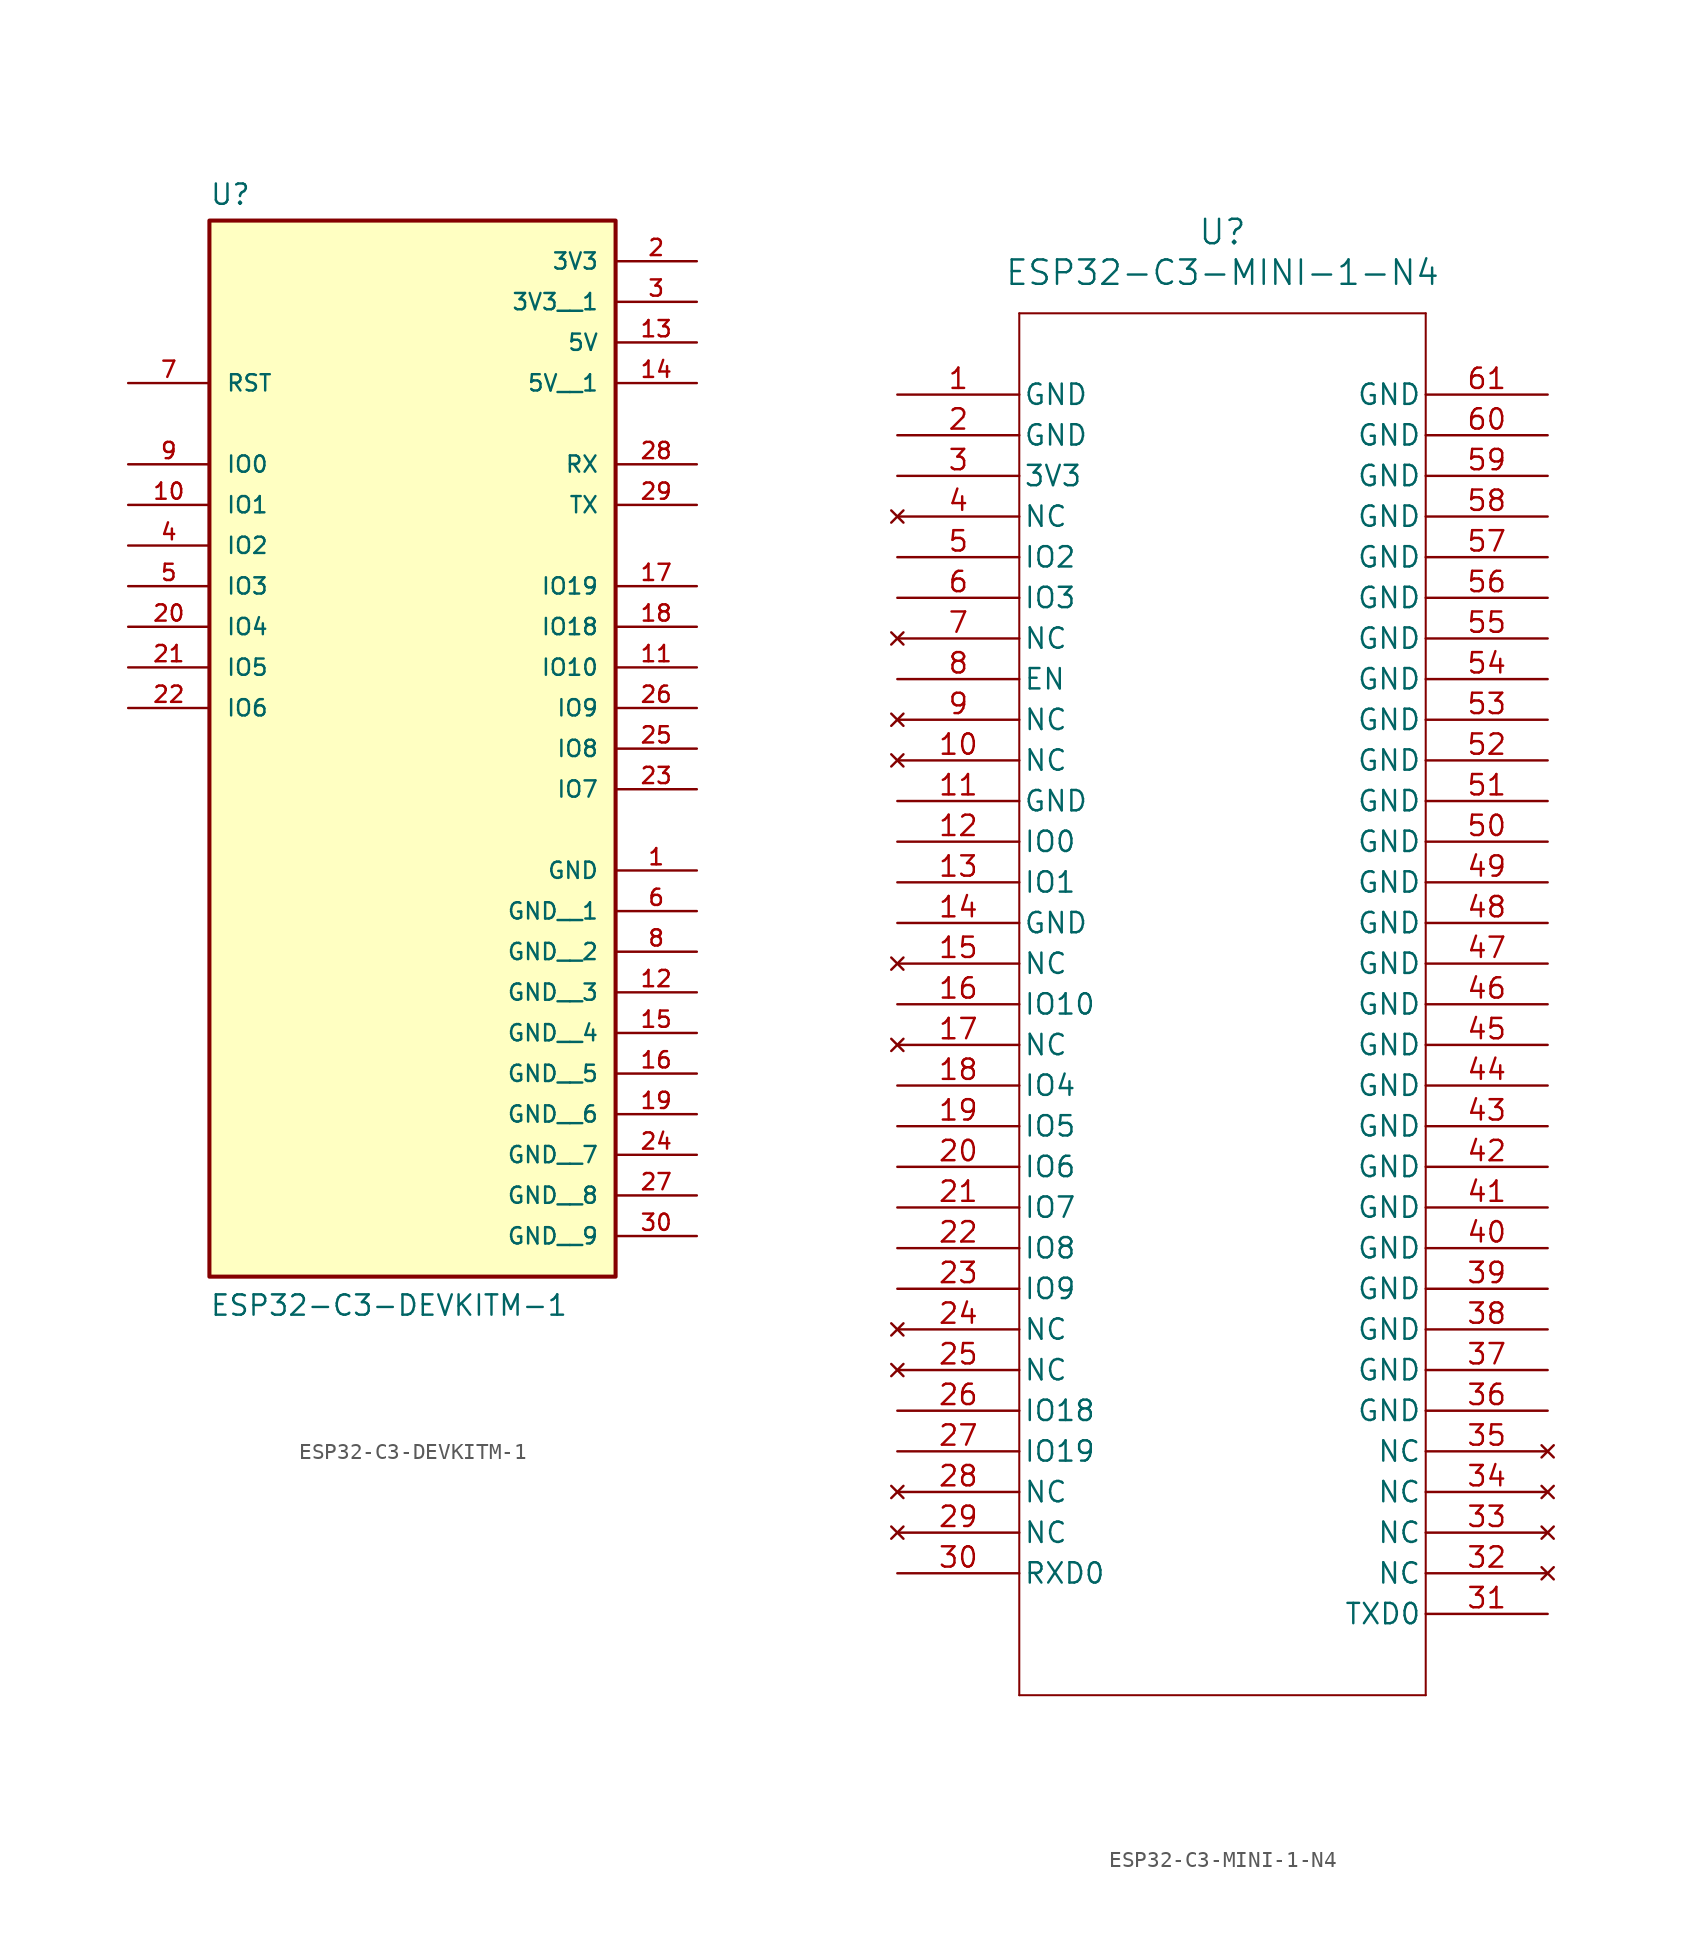
<source format=kicad_sym>
(kicad_symbol_lib
  (version 20220914)
  (generator kicad_symbol_editor)
  (symbol "ESP32-C3-DEVKITM-1"
    (pin_names
      (offset 1.016))
    (property "Reference" "U"
      (at -12.7 18.669 0)
      (effects (font (size 1.27 1.27)) (justify left bottom)))
    (property "Value" "ESP32-C3-DEVKITM-1"
      (at -12.7 -50.8 0)
      (effects (font (size 1.27 1.27)) (justify left bottom)))
    (symbol "ESP32-C3-DEVKITM-1_0_0"
      (rectangle (start -12.7 -48.26) (end 12.7 17.78) (stroke (width 0.254) (type default)) (fill (type background)))
      (pin power_in line (at 17.78 -22.86 180) (length 5.08) (name "GND" (effects (font (size 1.016 1.016)))) (number "1" (effects (font (size 1.016 1.016)))))
      (pin bidirectional line (at -17.78 0 0) (length 5.08) (name "IO1" (effects (font (size 1.016 1.016)))) (number "10" (effects (font (size 1.016 1.016)))))
      (pin bidirectional line (at 17.78 -10.16 180) (length 5.08) (name "IO10" (effects (font (size 1.016 1.016)))) (number "11" (effects (font (size 1.016 1.016)))))
      (pin power_in line (at 17.78 -30.48 180) (length 5.08) (name "GND__3" (effects (font (size 1.016 1.016)))) (number "12" (effects (font (size 1.016 1.016)))))
      (pin power_in line (at 17.78 10.16 180) (length 5.08) (name "5V" (effects (font (size 1.016 1.016)))) (number "13" (effects (font (size 1.016 1.016)))))
      (pin power_in line (at 17.78 7.62 180) (length 5.08) (name "5V__1" (effects (font (size 1.016 1.016)))) (number "14" (effects (font (size 1.016 1.016)))))
      (pin power_in line (at 17.78 -33.02 180) (length 5.08) (name "GND__4" (effects (font (size 1.016 1.016)))) (number "15" (effects (font (size 1.016 1.016)))))
      (pin power_in line (at 17.78 -35.56 180) (length 5.08) (name "GND__5" (effects (font (size 1.016 1.016)))) (number "16" (effects (font (size 1.016 1.016)))))
      (pin bidirectional line (at 17.78 -5.08 180) (length 5.08) (name "IO19" (effects (font (size 1.016 1.016)))) (number "17" (effects (font (size 1.016 1.016)))))
      (pin bidirectional line (at 17.78 -7.62 180) (length 5.08) (name "IO18" (effects (font (size 1.016 1.016)))) (number "18" (effects (font (size 1.016 1.016)))))
      (pin power_in line (at 17.78 -38.1 180) (length 5.08) (name "GND__6" (effects (font (size 1.016 1.016)))) (number "19" (effects (font (size 1.016 1.016)))))
      (pin power_in line (at 17.78 15.24 180) (length 5.08) (name "3V3" (effects (font (size 1.016 1.016)))) (number "2" (effects (font (size 1.016 1.016)))))
      (pin bidirectional line (at -17.78 -7.62 0) (length 5.08) (name "IO4" (effects (font (size 1.016 1.016)))) (number "20" (effects (font (size 1.016 1.016)))))
      (pin bidirectional line (at -17.78 -10.16 0) (length 5.08) (name "IO5" (effects (font (size 1.016 1.016)))) (number "21" (effects (font (size 1.016 1.016)))))
      (pin bidirectional line (at -17.78 -12.7 0) (length 5.08) (name "IO6" (effects (font (size 1.016 1.016)))) (number "22" (effects (font (size 1.016 1.016)))))
      (pin bidirectional line (at 17.78 -17.78 180) (length 5.08) (name "IO7" (effects (font (size 1.016 1.016)))) (number "23" (effects (font (size 1.016 1.016)))))
      (pin power_in line (at 17.78 -40.64 180) (length 5.08) (name "GND__7" (effects (font (size 1.016 1.016)))) (number "24" (effects (font (size 1.016 1.016)))))
      (pin bidirectional line (at 17.78 -15.24 180) (length 5.08) (name "IO8" (effects (font (size 1.016 1.016)))) (number "25" (effects (font (size 1.016 1.016)))))
      (pin bidirectional line (at 17.78 -12.7 180) (length 5.08) (name "IO9" (effects (font (size 1.016 1.016)))) (number "26" (effects (font (size 1.016 1.016)))))
      (pin power_in line (at 17.78 -43.18 180) (length 5.08) (name "GND__8" (effects (font (size 1.016 1.016)))) (number "27" (effects (font (size 1.016 1.016)))))
      (pin bidirectional line (at 17.78 2.54 180) (length 5.08) (name "RX" (effects (font (size 1.016 1.016)))) (number "28" (effects (font (size 1.016 1.016)))))
      (pin bidirectional line (at 17.78 0 180) (length 5.08) (name "TX" (effects (font (size 1.016 1.016)))) (number "29" (effects (font (size 1.016 1.016)))))
      (pin power_in line (at 17.78 12.7 180) (length 5.08) (name "3V3__1" (effects (font (size 1.016 1.016)))) (number "3" (effects (font (size 1.016 1.016)))))
      (pin power_in line (at 17.78 -45.72 180) (length 5.08) (name "GND__9" (effects (font (size 1.016 1.016)))) (number "30" (effects (font (size 1.016 1.016)))))
      (pin bidirectional line (at -17.78 -2.54 0) (length 5.08) (name "IO2" (effects (font (size 1.016 1.016)))) (number "4" (effects (font (size 1.016 1.016)))))
      (pin bidirectional line (at -17.78 -5.08 0) (length 5.08) (name "IO3" (effects (font (size 1.016 1.016)))) (number "5" (effects (font (size 1.016 1.016)))))
      (pin power_in line (at 17.78 -25.4 180) (length 5.08) (name "GND__1" (effects (font (size 1.016 1.016)))) (number "6" (effects (font (size 1.016 1.016)))))
      (pin input line (at -17.78 7.62 0) (length 5.08) (name "RST" (effects (font (size 1.016 1.016)))) (number "7" (effects (font (size 1.016 1.016)))))
      (pin power_in line (at 17.78 -27.94 180) (length 5.08) (name "GND__2" (effects (font (size 1.016 1.016)))) (number "8" (effects (font (size 1.016 1.016)))))
      (pin bidirectional line (at -17.78 2.54 0) (length 5.08) (name "IO0" (effects (font (size 1.016 1.016)))) (number "9" (effects (font (size 1.016 1.016)))))))
  (symbol "ESP32-C3-MINI-1-N4"
    (pin_names
      (offset 0.254))
    (property "Reference" "U"
      (at 20.32 10.16 0)
      (effects (font (size 1.524 1.524))))
    (property "Value" "ESP32-C3-MINI-1-N4"
      (at 20.32 7.62 0)
      (effects (font (size 1.524 1.524))))
    (symbol "ESP32-C3-MINI-1-N4_0_1"
      (polyline (pts (xy 7.62 -81.28) (xy 33.02 -81.28)) (stroke (width 0.127) (type default)) (fill (type none)))
      (polyline (pts (xy 7.62 5.08) (xy 7.62 -81.28)) (stroke (width 0.127) (type default)) (fill (type none)))
      (polyline (pts (xy 33.02 -81.28) (xy 33.02 5.08)) (stroke (width 0.127) (type default)) (fill (type none)))
      (polyline (pts (xy 33.02 5.08) (xy 7.62 5.08)) (stroke (width 0.127) (type default)) (fill (type none)))
      (pin power_out line (at 0 0 0) (length 7.62) (name "GND" (effects (font (size 1.27 1.27)))) (number "1" (effects (font (size 1.27 1.27)))))
      (pin no_connect line (at 0 -22.86 0) (length 7.62) (name "NC" (effects (font (size 1.27 1.27)))) (number "10" (effects (font (size 1.27 1.27)))))
      (pin power_out line (at 0 -25.4 0) (length 7.62) (name "GND" (effects (font (size 1.27 1.27)))) (number "11" (effects (font (size 1.27 1.27)))))
      (pin bidirectional line (at 0 -27.94 0) (length 7.62) (name "IO0" (effects (font (size 1.27 1.27)))) (number "12" (effects (font (size 1.27 1.27)))))
      (pin bidirectional line (at 0 -30.48 0) (length 7.62) (name "IO1" (effects (font (size 1.27 1.27)))) (number "13" (effects (font (size 1.27 1.27)))))
      (pin power_out line (at 0 -33.02 0) (length 7.62) (name "GND" (effects (font (size 1.27 1.27)))) (number "14" (effects (font (size 1.27 1.27)))))
      (pin no_connect line (at 0 -35.56 0) (length 7.62) (name "NC" (effects (font (size 1.27 1.27)))) (number "15" (effects (font (size 1.27 1.27)))))
      (pin bidirectional line (at 0 -38.1 0) (length 7.62) (name "IO10" (effects (font (size 1.27 1.27)))) (number "16" (effects (font (size 1.27 1.27)))))
      (pin no_connect line (at 0 -40.64 0) (length 7.62) (name "NC" (effects (font (size 1.27 1.27)))) (number "17" (effects (font (size 1.27 1.27)))))
      (pin bidirectional line (at 0 -43.18 0) (length 7.62) (name "IO4" (effects (font (size 1.27 1.27)))) (number "18" (effects (font (size 1.27 1.27)))))
      (pin bidirectional line (at 0 -45.72 0) (length 7.62) (name "IO5" (effects (font (size 1.27 1.27)))) (number "19" (effects (font (size 1.27 1.27)))))
      (pin power_out line (at 0 -2.54 0) (length 7.62) (name "GND" (effects (font (size 1.27 1.27)))) (number "2" (effects (font (size 1.27 1.27)))))
      (pin bidirectional line (at 0 -48.26 0) (length 7.62) (name "IO6" (effects (font (size 1.27 1.27)))) (number "20" (effects (font (size 1.27 1.27)))))
      (pin bidirectional line (at 0 -50.8 0) (length 7.62) (name "IO7" (effects (font (size 1.27 1.27)))) (number "21" (effects (font (size 1.27 1.27)))))
      (pin bidirectional line (at 0 -53.34 0) (length 7.62) (name "IO8" (effects (font (size 1.27 1.27)))) (number "22" (effects (font (size 1.27 1.27)))))
      (pin bidirectional line (at 0 -55.88 0) (length 7.62) (name "IO9" (effects (font (size 1.27 1.27)))) (number "23" (effects (font (size 1.27 1.27)))))
      (pin no_connect line (at 0 -58.42 0) (length 7.62) (name "NC" (effects (font (size 1.27 1.27)))) (number "24" (effects (font (size 1.27 1.27)))))
      (pin no_connect line (at 0 -60.96 0) (length 7.62) (name "NC" (effects (font (size 1.27 1.27)))) (number "25" (effects (font (size 1.27 1.27)))))
      (pin bidirectional line (at 0 -63.5 0) (length 7.62) (name "IO18" (effects (font (size 1.27 1.27)))) (number "26" (effects (font (size 1.27 1.27)))))
      (pin bidirectional line (at 0 -66.04 0) (length 7.62) (name "IO19" (effects (font (size 1.27 1.27)))) (number "27" (effects (font (size 1.27 1.27)))))
      (pin no_connect line (at 0 -68.58 0) (length 7.62) (name "NC" (effects (font (size 1.27 1.27)))) (number "28" (effects (font (size 1.27 1.27)))))
      (pin no_connect line (at 0 -71.12 0) (length 7.62) (name "NC" (effects (font (size 1.27 1.27)))) (number "29" (effects (font (size 1.27 1.27)))))
      (pin power_in line (at 0 -5.08 0) (length 7.62) (name "3V3" (effects (font (size 1.27 1.27)))) (number "3" (effects (font (size 1.27 1.27)))))
      (pin bidirectional line (at 0 -73.66 0) (length 7.62) (name "RXD0" (effects (font (size 1.27 1.27)))) (number "30" (effects (font (size 1.27 1.27)))))
      (pin bidirectional line (at 40.64 -76.2 180) (length 7.62) (name "TXD0" (effects (font (size 1.27 1.27)))) (number "31" (effects (font (size 1.27 1.27)))))
      (pin no_connect line (at 40.64 -73.66 180) (length 7.62) (name "NC" (effects (font (size 1.27 1.27)))) (number "32" (effects (font (size 1.27 1.27)))))
      (pin no_connect line (at 40.64 -71.12 180) (length 7.62) (name "NC" (effects (font (size 1.27 1.27)))) (number "33" (effects (font (size 1.27 1.27)))))
      (pin no_connect line (at 40.64 -68.58 180) (length 7.62) (name "NC" (effects (font (size 1.27 1.27)))) (number "34" (effects (font (size 1.27 1.27)))))
      (pin no_connect line (at 40.64 -66.04 180) (length 7.62) (name "NC" (effects (font (size 1.27 1.27)))) (number "35" (effects (font (size 1.27 1.27)))))
      (pin power_out line (at 40.64 -63.5 180) (length 7.62) (name "GND" (effects (font (size 1.27 1.27)))) (number "36" (effects (font (size 1.27 1.27)))))
      (pin power_out line (at 40.64 -60.96 180) (length 7.62) (name "GND" (effects (font (size 1.27 1.27)))) (number "37" (effects (font (size 1.27 1.27)))))
      (pin power_out line (at 40.64 -58.42 180) (length 7.62) (name "GND" (effects (font (size 1.27 1.27)))) (number "38" (effects (font (size 1.27 1.27)))))
      (pin power_out line (at 40.64 -55.88 180) (length 7.62) (name "GND" (effects (font (size 1.27 1.27)))) (number "39" (effects (font (size 1.27 1.27)))))
      (pin no_connect line (at 0 -7.62 0) (length 7.62) (name "NC" (effects (font (size 1.27 1.27)))) (number "4" (effects (font (size 1.27 1.27)))))
      (pin power_out line (at 40.64 -53.34 180) (length 7.62) (name "GND" (effects (font (size 1.27 1.27)))) (number "40" (effects (font (size 1.27 1.27)))))
      (pin power_out line (at 40.64 -50.8 180) (length 7.62) (name "GND" (effects (font (size 1.27 1.27)))) (number "41" (effects (font (size 1.27 1.27)))))
      (pin power_out line (at 40.64 -48.26 180) (length 7.62) (name "GND" (effects (font (size 1.27 1.27)))) (number "42" (effects (font (size 1.27 1.27)))))
      (pin power_out line (at 40.64 -45.72 180) (length 7.62) (name "GND" (effects (font (size 1.27 1.27)))) (number "43" (effects (font (size 1.27 1.27)))))
      (pin power_out line (at 40.64 -43.18 180) (length 7.62) (name "GND" (effects (font (size 1.27 1.27)))) (number "44" (effects (font (size 1.27 1.27)))))
      (pin power_out line (at 40.64 -40.64 180) (length 7.62) (name "GND" (effects (font (size 1.27 1.27)))) (number "45" (effects (font (size 1.27 1.27)))))
      (pin power_out line (at 40.64 -38.1 180) (length 7.62) (name "GND" (effects (font (size 1.27 1.27)))) (number "46" (effects (font (size 1.27 1.27)))))
      (pin power_out line (at 40.64 -35.56 180) (length 7.62) (name "GND" (effects (font (size 1.27 1.27)))) (number "47" (effects (font (size 1.27 1.27)))))
      (pin power_out line (at 40.64 -33.02 180) (length 7.62) (name "GND" (effects (font (size 1.27 1.27)))) (number "48" (effects (font (size 1.27 1.27)))))
      (pin power_out line (at 40.64 -30.48 180) (length 7.62) (name "GND" (effects (font (size 1.27 1.27)))) (number "49" (effects (font (size 1.27 1.27)))))
      (pin bidirectional line (at 0 -10.16 0) (length 7.62) (name "IO2" (effects (font (size 1.27 1.27)))) (number "5" (effects (font (size 1.27 1.27)))))
      (pin power_out line (at 40.64 -27.94 180) (length 7.62) (name "GND" (effects (font (size 1.27 1.27)))) (number "50" (effects (font (size 1.27 1.27)))))
      (pin power_out line (at 40.64 -25.4 180) (length 7.62) (name "GND" (effects (font (size 1.27 1.27)))) (number "51" (effects (font (size 1.27 1.27)))))
      (pin power_out line (at 40.64 -22.86 180) (length 7.62) (name "GND" (effects (font (size 1.27 1.27)))) (number "52" (effects (font (size 1.27 1.27)))))
      (pin power_out line (at 40.64 -20.32 180) (length 7.62) (name "GND" (effects (font (size 1.27 1.27)))) (number "53" (effects (font (size 1.27 1.27)))))
      (pin power_out line (at 40.64 -17.78 180) (length 7.62) (name "GND" (effects (font (size 1.27 1.27)))) (number "54" (effects (font (size 1.27 1.27)))))
      (pin power_out line (at 40.64 -15.24 180) (length 7.62) (name "GND" (effects (font (size 1.27 1.27)))) (number "55" (effects (font (size 1.27 1.27)))))
      (pin power_out line (at 40.64 -12.7 180) (length 7.62) (name "GND" (effects (font (size 1.27 1.27)))) (number "56" (effects (font (size 1.27 1.27)))))
      (pin power_out line (at 40.64 -10.16 180) (length 7.62) (name "GND" (effects (font (size 1.27 1.27)))) (number "57" (effects (font (size 1.27 1.27)))))
      (pin power_out line (at 40.64 -7.62 180) (length 7.62) (name "GND" (effects (font (size 1.27 1.27)))) (number "58" (effects (font (size 1.27 1.27)))))
      (pin power_out line (at 40.64 -5.08 180) (length 7.62) (name "GND" (effects (font (size 1.27 1.27)))) (number "59" (effects (font (size 1.27 1.27)))))
      (pin bidirectional line (at 0 -12.7 0) (length 7.62) (name "IO3" (effects (font (size 1.27 1.27)))) (number "6" (effects (font (size 1.27 1.27)))))
      (pin power_out line (at 40.64 -2.54 180) (length 7.62) (name "GND" (effects (font (size 1.27 1.27)))) (number "60" (effects (font (size 1.27 1.27)))))
      (pin power_out line (at 40.64 0 180) (length 7.62) (name "GND" (effects (font (size 1.27 1.27)))) (number "61" (effects (font (size 1.27 1.27)))))
      (pin no_connect line (at 0 -15.24 0) (length 7.62) (name "NC" (effects (font (size 1.27 1.27)))) (number "7" (effects (font (size 1.27 1.27)))))
      (pin input line (at 0 -17.78 0) (length 7.62) (name "EN" (effects (font (size 1.27 1.27)))) (number "8" (effects (font (size 1.27 1.27)))))
      (pin no_connect line (at 0 -20.32 0) (length 7.62) (name "NC" (effects (font (size 1.27 1.27)))) (number "9" (effects (font (size 1.27 1.27))))))))
</source>
